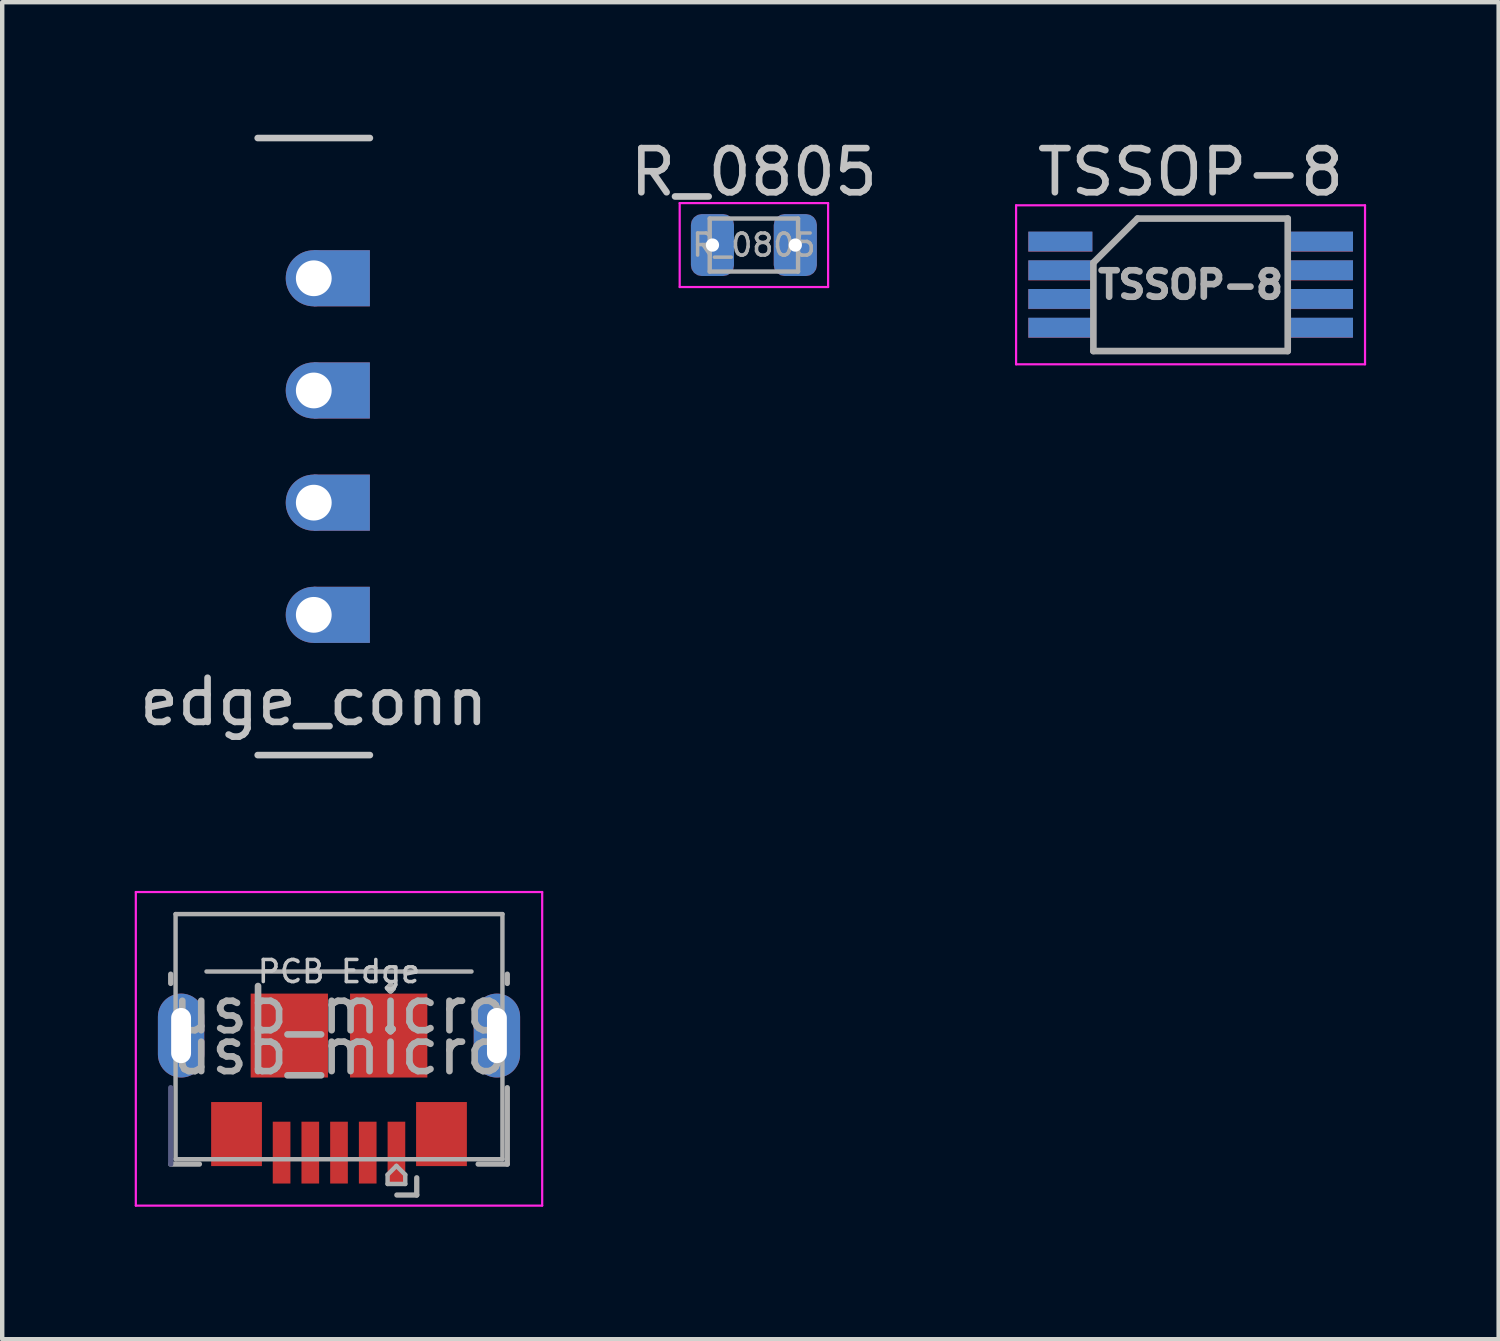
<source format=kicad_pcb>
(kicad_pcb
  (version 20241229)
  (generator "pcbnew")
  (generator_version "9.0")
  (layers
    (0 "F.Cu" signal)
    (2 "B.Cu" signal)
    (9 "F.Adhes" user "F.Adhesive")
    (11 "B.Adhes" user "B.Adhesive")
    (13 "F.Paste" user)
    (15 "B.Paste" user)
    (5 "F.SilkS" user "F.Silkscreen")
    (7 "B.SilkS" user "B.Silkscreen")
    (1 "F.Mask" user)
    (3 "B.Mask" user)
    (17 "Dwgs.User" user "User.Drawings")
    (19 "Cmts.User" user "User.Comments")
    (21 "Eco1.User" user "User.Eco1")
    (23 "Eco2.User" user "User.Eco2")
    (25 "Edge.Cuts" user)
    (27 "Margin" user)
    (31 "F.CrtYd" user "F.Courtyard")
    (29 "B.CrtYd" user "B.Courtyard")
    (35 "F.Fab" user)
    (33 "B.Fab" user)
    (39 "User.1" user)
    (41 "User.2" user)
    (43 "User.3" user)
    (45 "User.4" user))
  (footprint "TSSOP-8"
    (layer "F.Cu")
    (at 23.904 3.398)
    (property "Reference" "TSSOP-8" (at 0 -2.55 0) (layer "Dwgs.User") (effects (font (size 1 1) (thickness 0.15))))
    (attr smd)
    (fp_line (start -3.95 -1.8) (end -3.95 1.8) (stroke (width 0.05) (type solid)) (layer "F.CrtYd"))
    (fp_line (start -3.95 -1.8) (end 3.95 -1.8) (stroke (width 0.05) (type solid)) (layer "F.CrtYd"))
    (fp_line (start -3.95 1.8) (end 3.95 1.8) (stroke (width 0.05) (type solid)) (layer "F.CrtYd"))
    (fp_line (start 3.95 -1.8) (end 3.95 1.8) (stroke (width 0.05) (type solid)) (layer "F.CrtYd"))
    (fp_line (start -2.2 -0.5) (end -1.2 -1.5) (stroke (width 0.15) (type solid)) (layer "F.Fab"))
    (fp_line (start -2.2 1.5) (end -2.2 -0.5) (stroke (width 0.15) (type solid)) (layer "F.Fab"))
    (fp_line (start -1.2 -1.5) (end 2.2 -1.5) (stroke (width 0.15) (type solid)) (layer "F.Fab"))
    (fp_line (start 2.2 -1.5) (end 2.2 1.5) (stroke (width 0.15) (type solid)) (layer "F.Fab"))
    (fp_line (start 2.2 1.5) (end -2.2 1.5) (stroke (width 0.15) (type solid)) (layer "F.Fab"))
    (fp_text user "${REFERENCE}" (at 0 0 0) (layer "F.Fab") (effects (font (size 0.6 0.6) (thickness 0.15))))
    (pad "1" smd rect (at -2.95 -0.975) (size 1.45 0.45) (layers "F.Cu" "F.Mask" "F.Paste"))
    (pad "1" smd rect (at -2.947 0.97) (size 1.45 0.45) (layers "B.Cu" "B.Mask" "B.Paste"))
    (pad "2" smd rect (at -2.95 -0.325) (size 1.45 0.45) (layers "F.Cu" "F.Mask" "F.Paste"))
    (pad "2" smd rect (at -2.947 0.32) (size 1.45 0.45) (layers "B.Cu" "B.Mask" "B.Paste"))
    (pad "3" smd rect (at -2.95 0.325) (size 1.45 0.45) (layers "F.Cu" "F.Mask" "F.Paste"))
    (pad "3" smd rect (at -2.947 -0.33) (size 1.45 0.45) (layers "B.Cu" "B.Mask" "B.Paste"))
    (pad "4" smd rect (at -2.95 0.975) (size 1.45 0.45) (layers "F.Cu" "F.Mask" "F.Paste"))
    (pad "4" smd rect (at -2.947 -0.98) (size 1.45 0.45) (layers "B.Cu" "B.Mask" "B.Paste"))
    (pad "5" smd rect (at 2.95 0.975) (size 1.45 0.45) (layers "F.Cu" "F.Mask" "F.Paste"))
    (pad "5" smd rect (at 2.953 -0.98) (size 1.45 0.45) (layers "B.Cu" "B.Mask" "B.Paste"))
    (pad "6" smd rect (at 2.95 0.325) (size 1.45 0.45) (layers "F.Cu" "F.Mask" "F.Paste"))
    (pad "6" smd rect (at 2.953 -0.33) (size 1.45 0.45) (layers "B.Cu" "B.Mask" "B.Paste"))
    (pad "7" smd rect (at 2.95 -0.325) (size 1.45 0.45) (layers "F.Cu" "F.Mask" "F.Paste"))
    (pad "7" smd rect (at 2.953 0.32) (size 1.45 0.45) (layers "B.Cu" "B.Mask" "B.Paste"))
    (pad "8" smd rect (at 2.95 -0.975) (size 1.45 0.45) (layers "F.Cu" "F.Mask" "F.Paste"))
    (pad "8" smd rect (at 2.953 0.97) (size 1.45 0.45) (layers "B.Cu" "B.Mask" "B.Paste")))
  (footprint "usb_micro"
    (layer "F.Cu")
    (at 4.625 18.945)
    (property "Reference" "usb_micro" (at 0 0.874 180) (layer "F.Fab") (effects (font (size 1 1) (thickness 0.15))))
    (attr smd)
    (fp_line (start -4.6 5.3) (end -4.6 -1.8) (stroke (width 0.05) (type solid)) (layer "F.CrtYd"))
    (fp_line (start 4.6 -1.8) (end -4.6 -1.8) (stroke (width 0.05) (type solid)) (layer "F.CrtYd"))
    (fp_line (start 4.6 -1.8) (end 4.6 5.3) (stroke (width 0.05) (type solid)) (layer "F.CrtYd"))
    (fp_line (start 4.6 5.3) (end -4.6 5.3) (stroke (width 0.05) (type solid)) (layer "F.CrtYd"))
    (fp_line (start -3.81 2.63) (end -3.81 4.36) (stroke (width 0.12) (type solid)) (layer "B.Fab"))
    (fp_line (start -3.81 0.06) (end -3.81 0.27) (stroke (width 0.12) (type solid)) (layer "F.Fab"))
    (fp_line (start -3.81 4.36) (end -3.16 4.36) (stroke (width 0.12) (type solid)) (layer "F.Fab"))
    (fp_line (start -3.7 -1.3) (end -3.7 4.25) (stroke (width 0.1) (type solid)) (layer "F.Fab"))
    (fp_line (start 1.1 4.6) (end 1.3 4.4) (stroke (width 0.1) (type solid)) (layer "F.Fab"))
    (fp_line (start 1.1 4.81) (end 1.1 4.6) (stroke (width 0.1) (type solid)) (layer "F.Fab"))
    (fp_line (start 1.3 4.4) (end 1.5 4.6) (stroke (width 0.1) (type solid)) (layer "F.Fab"))
    (fp_line (start 1.5 4.81) (end 1.1 4.81) (stroke (width 0.1) (type solid)) (layer "F.Fab"))
    (fp_line (start 1.5 4.81) (end 1.5 4.6) (stroke (width 0.1) (type solid)) (layer "F.Fab"))
    (fp_line (start 1.76 5.06) (end 1.31 5.06) (stroke (width 0.12) (type solid)) (layer "F.Fab"))
    (fp_line (start 1.76 5.06) (end 1.76 4.67) (stroke (width 0.12) (type solid)) (layer "F.Fab"))
    (fp_line (start 3 -0.000001) (end -3 -0.000001) (stroke (width 0.1) (type solid)) (layer "F.Fab"))
    (fp_line (start 3.7 -1.3) (end -3.7 -1.3) (stroke (width 0.1) (type solid)) (layer "F.Fab"))
    (fp_line (start 3.7 -1.3) (end 3.7 4.25) (stroke (width 0.1) (type solid)) (layer "F.Fab"))
    (fp_line (start 3.7 4.25) (end -3.7 4.25) (stroke (width 0.1) (type solid)) (layer "F.Fab"))
    (fp_line (start 3.81 0.06) (end 3.81 0.27) (stroke (width 0.12) (type solid)) (layer "F.Fab"))
    (fp_line (start 3.81 2.63) (end 3.81 4.36) (stroke (width 0.12) (type solid)) (layer "F.Fab"))
    (fp_line (start 3.81 4.36) (end 3.15 4.36) (stroke (width 0.12) (type solid)) (layer "F.Fab"))
    (fp_text user "PCB Edge" (at 0 -0.000001 180) (layer "Dwgs.User") (effects (font (size 0.5 0.5) (thickness 0.08))))
    (fp_text user "${REFERENCE}" (at 0 1.8 180) (layer "F.Fab") (effects (font (size 1 1) (thickness 0.15))))
    (pad "1" smd rect (at 1.3 4.1 180) (size 0.4 1.4) (layers "F.Cu" "F.Mask" "F.Paste"))
    (pad "2" smd rect (at 0.65 4.1 180) (size 0.4 1.4) (layers "F.Cu" "F.Mask" "F.Paste"))
    (pad "3" smd rect (at 0 4.1 180) (size 0.4 1.4) (layers "F.Cu" "F.Mask" "F.Paste"))
    (pad "4" smd rect (at -0.65 4.1 180) (size 0.4 1.4) (layers "F.Cu" "F.Mask" "F.Paste"))
    (pad "5" smd rect (at -1.3 4.1 180) (size 0.4 1.4) (layers "F.Cu" "F.Mask" "F.Paste"))
    (pad "6" thru_hole oval (at -3.575 1.45 180) (size 1.05 1.9) (drill oval 0.45 1.25) (layers "*.Cu" "*.Mask"))
    (pad "6" smd rect (at -2.32 3.68 180) (size 1.15 1.45) (layers "F.Cu" "F.Mask" "F.Paste"))
    (pad "6" smd rect (at -1.125 1.45 180) (size 1.75 1.9) (layers "F.Cu" "F.Mask" "F.Paste"))
    (pad "6" smd rect (at 1.125 1.45 180) (size 1.75 1.9) (layers "F.Cu" "F.Mask" "F.Paste"))
    (pad "6" smd rect (at 2.32 3.68 180) (size 1.15 1.45) (layers "F.Cu" "F.Mask" "F.Paste"))
    (pad "6" thru_hole oval (at 3.575 1.45) (size 1.05 1.9) (drill oval 0.45 1.25) (layers "*.Cu" "*.Mask")))
  (footprint "R_0805"
    (layer "F.Cu")
    (at 14.018 2.498)
    (property "Reference" "R_0805" (at 0 -1.65 0) (layer "Dwgs.User") (effects (font (size 1 1) (thickness 0.15))))
    (attr smd)
    (fp_line (start -1.68 -0.95) (end 1.68 -0.95) (stroke (width 0.05) (type solid)) (layer "F.CrtYd"))
    (fp_line (start -1.68 0.95) (end -1.68 -0.95) (stroke (width 0.05) (type solid)) (layer "F.CrtYd"))
    (fp_line (start 1.68 -0.95) (end 1.68 0.95) (stroke (width 0.05) (type solid)) (layer "F.CrtYd"))
    (fp_line (start 1.68 0.95) (end -1.68 0.95) (stroke (width 0.05) (type solid)) (layer "F.CrtYd"))
    (fp_line (start -1 -0.6) (end 1 -0.6) (stroke (width 0.1) (type solid)) (layer "F.Fab"))
    (fp_line (start -1 0.6) (end -1 -0.6) (stroke (width 0.1) (type solid)) (layer "F.Fab"))
    (fp_line (start 1 -0.6) (end 1 0.6) (stroke (width 0.1) (type solid)) (layer "F.Fab"))
    (fp_line (start 1 0.6) (end -1 0.6) (stroke (width 0.1) (type solid)) (layer "F.Fab"))
    (fp_text user "${REFERENCE}" (at 0 0 0) (layer "F.Fab") (effects (font (size 0.5 0.5) (thickness 0.08))))
    (pad "1" thru_hole roundrect (at -0.938 0) (size 0.975 1.4) (drill 0.3) (layers "*.Cu" "*.Mask") (roundrect_rratio 0.25))
    (pad "2" thru_hole roundrect (at 0.938 0) (size 0.975 1.4) (drill 0.3) (layers "*.Cu" "*.Mask") (roundrect_rratio 0.25)))
  (footprint "edge_conn"
    (layer "F.Cu")
    (at 5.324 7.06)
    (property "Reference" "edge_conn" (at -1.27 5.779 180) (layer "Dwgs.User") (effects (font (size 1 1) (thickness 0.15))))
    (attr through_hole)
    (fp_line (start -2.54 -6.985) (end 0 -6.985) (stroke (width 0.15) (type solid)) (layer "Dwgs.User"))
    (fp_line (start 0 6.985) (end -2.54 6.985) (stroke (width 0.15) (type solid)) (layer "Dwgs.User"))
    (pad "1" thru_hole circle (at -1.27 -3.81 180) (size 1.27 1.27) (drill 0.81) (layers "*.Cu" "*.Mask"))
    (pad "1" smd rect (at -0.635 -3.81 180) (size 1.27 1.27) (layers "F.Cu" "F.Mask"))
    (pad "1" smd rect (at -0.635 -3.81 180) (size 1.27 1.27) (layers "B.Cu" "B.Mask"))
    (pad "2" thru_hole circle (at -1.27 -1.27 180) (size 1.27 1.27) (drill 0.81) (layers "*.Cu" "*.Mask"))
    (pad "2" smd rect (at -0.635 -1.27 180) (size 1.27 1.27) (layers "F.Cu" "F.Mask"))
    (pad "2" smd rect (at -0.635 -1.27 180) (size 1.27 1.27) (layers "B.Cu" "B.Mask"))
    (pad "3" thru_hole circle (at -1.27 1.27 180) (size 1.27 1.27) (drill 0.81) (layers "*.Cu" "*.Mask"))
    (pad "3" smd rect (at -0.635 1.27 180) (size 1.27 1.27) (layers "F.Cu" "F.Mask"))
    (pad "3" smd rect (at -0.635 1.27 180) (size 1.27 1.27) (layers "B.Cu" "B.Mask"))
    (pad "4" thru_hole circle (at -1.27 3.81 180) (size 1.27 1.27) (drill 0.81) (layers "*.Cu" "*.Mask"))
    (pad "4" smd rect (at -0.635 3.81 180) (size 1.27 1.27) (layers "F.Cu" "F.Mask"))
    (pad "4" smd rect (at -0.635 3.81 180) (size 1.27 1.27) (layers "B.Cu" "B.Mask")))
  (gr_rect
    (start -3 -3)
    (end 30.879 27.27)
    (stroke (width 0.1) (type default))
    (fill no)
    (layer "Edge.Cuts")))
</source>
